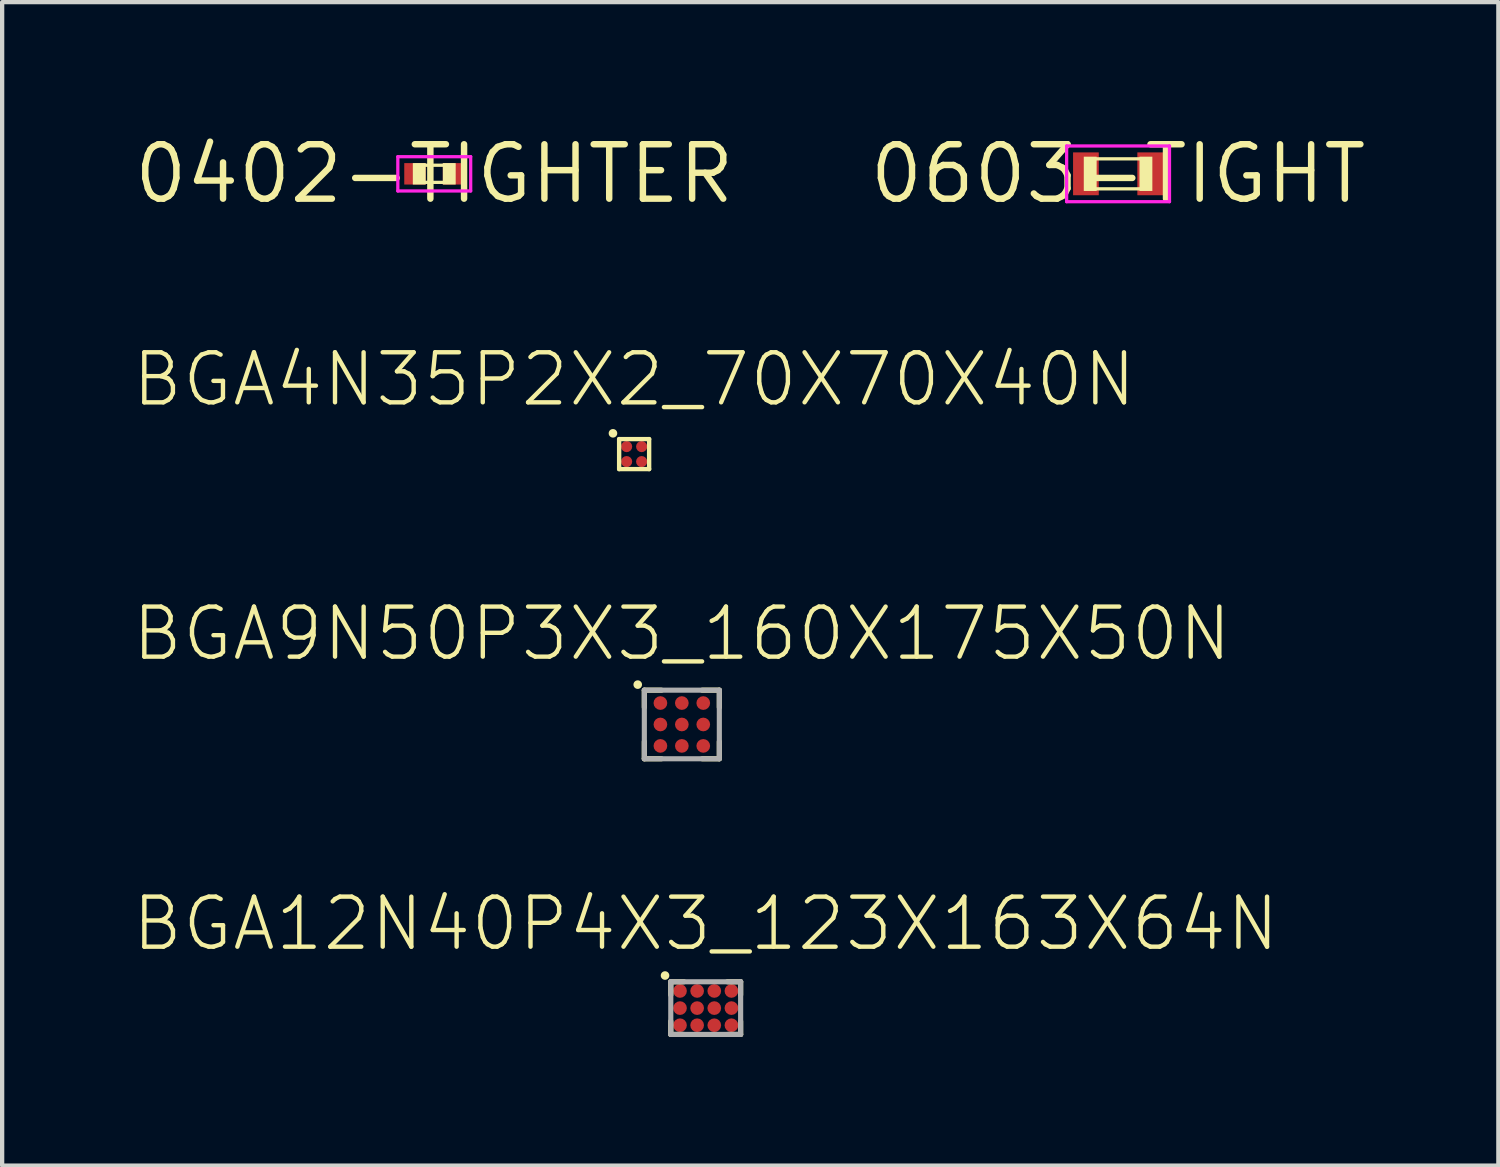
<source format=kicad_pcb>
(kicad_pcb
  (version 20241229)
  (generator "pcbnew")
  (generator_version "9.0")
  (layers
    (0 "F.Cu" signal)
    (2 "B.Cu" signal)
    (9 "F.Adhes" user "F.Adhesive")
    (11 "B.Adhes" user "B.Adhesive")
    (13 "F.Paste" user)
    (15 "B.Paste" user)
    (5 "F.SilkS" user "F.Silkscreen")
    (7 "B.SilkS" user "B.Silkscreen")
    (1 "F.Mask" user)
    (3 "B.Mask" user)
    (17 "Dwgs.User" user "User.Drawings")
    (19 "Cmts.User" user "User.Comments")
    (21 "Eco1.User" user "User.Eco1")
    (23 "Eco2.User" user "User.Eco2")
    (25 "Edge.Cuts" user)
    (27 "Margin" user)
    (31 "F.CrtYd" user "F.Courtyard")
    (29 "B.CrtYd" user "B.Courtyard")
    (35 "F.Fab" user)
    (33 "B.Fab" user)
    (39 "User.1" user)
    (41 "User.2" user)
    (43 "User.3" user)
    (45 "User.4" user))
  (footprint "BGA9N50P3X3_160X175X50N"
    (layer "F.Cu")
    (at 12.86 13.855)
    (property "Reference" "BGA9N50P3X3_160X175X50N" (at 0 -1.435 0) (layer "F.SilkS") (effects (font (size 1.168 1.168) (thickness 0.102)) (justify bottom)))
    (fp_circle (center -0.5 -0.5) (end -0.438 -0.5) (stroke (width 0.125) (type solid)) (fill yes) (layer "F.Mask"))
    (fp_circle (center -0.5 0) (end -0.438 0) (stroke (width 0.125) (type solid)) (fill yes) (layer "F.Mask"))
    (fp_circle (center -0.5 0.5) (end -0.438 0.5) (stroke (width 0.125) (type solid)) (fill yes) (layer "F.Mask"))
    (fp_circle (center 0 -0.5) (end 0.062 -0.5) (stroke (width 0.125) (type solid)) (fill yes) (layer "F.Mask"))
    (fp_circle (center 0 0) (end 0.062 0) (stroke (width 0.125) (type solid)) (fill yes) (layer "F.Mask"))
    (fp_circle (center 0 0.5) (end 0.062 0.5) (stroke (width 0.125) (type solid)) (fill yes) (layer "F.Mask"))
    (fp_circle (center 0.5 -0.5) (end 0.562 -0.5) (stroke (width 0.125) (type solid)) (fill yes) (layer "F.Mask"))
    (fp_circle (center 0.5 0) (end 0.562 0) (stroke (width 0.125) (type solid)) (fill yes) (layer "F.Mask"))
    (fp_circle (center 0.5 0.5) (end 0.562 0.5) (stroke (width 0.125) (type solid)) (fill yes) (layer "F.Mask"))
    (fp_line (start -0.875 -0.8) (end -0.475 -0.8) (stroke (width 0.12) (type solid)) (layer "F.SilkS"))
    (fp_line (start -0.875 -0.4) (end -0.875 -0.8) (stroke (width 0.12) (type solid)) (layer "F.SilkS"))
    (fp_line (start -0.875 0.4) (end -0.875 0.8) (stroke (width 0.12) (type solid)) (layer "F.SilkS"))
    (fp_line (start -0.875 0.8) (end -0.475 0.8) (stroke (width 0.12) (type solid)) (layer "F.SilkS"))
    (fp_line (start 0.875 -0.8) (end 0.475 -0.8) (stroke (width 0.12) (type solid)) (layer "F.SilkS"))
    (fp_line (start 0.875 -0.4) (end 0.875 -0.8) (stroke (width 0.12) (type solid)) (layer "F.SilkS"))
    (fp_line (start 0.875 0.4) (end 0.875 0.8) (stroke (width 0.12) (type solid)) (layer "F.SilkS"))
    (fp_line (start 0.875 0.8) (end 0.475 0.8) (stroke (width 0.12) (type solid)) (layer "F.SilkS"))
    (fp_circle (center -1.029 -0.93) (end -0.979 -0.93) (stroke (width 0.1) (type solid)) (fill yes) (layer "F.SilkS"))
    (fp_poly (pts (xy -0.375 -0.575) (xy -0.375 -0.425) (xy -0.425 -0.375) (xy -0.575 -0.375) (xy -0.625 -0.425) (xy -0.625 -0.575) (xy -0.575 -0.625) (xy -0.425 -0.625)) (stroke (width 0) (type solid)) (fill yes) (layer "F.Paste"))
    (fp_poly (pts (xy -0.375 -0.075) (xy -0.375 0.075) (xy -0.425 0.125) (xy -0.575 0.125) (xy -0.625 0.075) (xy -0.625 -0.075) (xy -0.575 -0.125) (xy -0.425 -0.125)) (stroke (width 0) (type solid)) (fill yes) (layer "F.Paste"))
    (fp_poly (pts (xy -0.375 0.425) (xy -0.375 0.575) (xy -0.425 0.625) (xy -0.575 0.625) (xy -0.625 0.575) (xy -0.625 0.425) (xy -0.575 0.375) (xy -0.425 0.375)) (stroke (width 0) (type solid)) (fill yes) (layer "F.Paste"))
    (fp_poly (pts (xy 0.125 -0.575) (xy 0.125 -0.425) (xy 0.075 -0.375) (xy -0.075 -0.375) (xy -0.125 -0.425) (xy -0.125 -0.575) (xy -0.075 -0.625) (xy 0.075 -0.625)) (stroke (width 0) (type solid)) (fill yes) (layer "F.Paste"))
    (fp_poly (pts (xy 0.125 -0.075) (xy 0.125 0.075) (xy 0.075 0.125) (xy -0.075 0.125) (xy -0.125 0.075) (xy -0.125 -0.075) (xy -0.075 -0.125) (xy 0.075 -0.125)) (stroke (width 0) (type solid)) (fill yes) (layer "F.Paste"))
    (fp_poly (pts (xy 0.125 0.425) (xy 0.125 0.575) (xy 0.075 0.625) (xy -0.075 0.625) (xy -0.125 0.575) (xy -0.125 0.425) (xy -0.075 0.375) (xy 0.075 0.375)) (stroke (width 0) (type solid)) (fill yes) (layer "F.Paste"))
    (fp_poly (pts (xy 0.625 -0.575) (xy 0.625 -0.425) (xy 0.575 -0.375) (xy 0.425 -0.375) (xy 0.375 -0.425) (xy 0.375 -0.575) (xy 0.425 -0.625) (xy 0.575 -0.625)) (stroke (width 0) (type solid)) (fill yes) (layer "F.Paste"))
    (fp_poly (pts (xy 0.625 -0.08) (xy 0.625 0.07) (xy 0.575 0.12) (xy 0.425 0.12) (xy 0.375 0.07) (xy 0.375 -0.08) (xy 0.425 -0.13) (xy 0.575 -0.13)) (stroke (width 0) (type solid)) (fill yes) (layer "F.Paste"))
    (fp_poly (pts (xy 0.625 0.425) (xy 0.625 0.575) (xy 0.575 0.625) (xy 0.425 0.625) (xy 0.375 0.575) (xy 0.375 0.425) (xy 0.425 0.375) (xy 0.575 0.375)) (stroke (width 0) (type solid)) (fill yes) (layer "F.Paste"))
    (fp_line (start -0.875 -0.8) (end 0.875 -0.8) (stroke (width 0.12) (type solid)) (layer "F.Fab"))
    (fp_line (start -0.875 0.8) (end -0.875 -0.8) (stroke (width 0.12) (type solid)) (layer "F.Fab"))
    (fp_line (start 0.875 -0.8) (end 0.875 0.8) (stroke (width 0.12) (type solid)) (layer "F.Fab"))
    (fp_line (start 0.875 0.8) (end -0.875 0.8) (stroke (width 0.12) (type solid)) (layer "F.Fab"))
    (pad "A1" smd roundrect (at -0.5 -0.5) (size 0.32 0.32) (layers "F.Cu") (roundrect_rratio 0.5))
    (pad "A2" smd roundrect (at 0 -0.5) (size 0.32 0.32) (layers "F.Cu") (roundrect_rratio 0.5))
    (pad "A3" smd roundrect (at 0.5 -0.5) (size 0.32 0.32) (layers "F.Cu") (roundrect_rratio 0.5))
    (pad "B1" smd roundrect (at -0.5 0) (size 0.32 0.32) (layers "F.Cu") (roundrect_rratio 0.5))
    (pad "B2" smd roundrect (at 0 0) (size 0.32 0.32) (layers "F.Cu") (roundrect_rratio 0.5))
    (pad "B3" smd roundrect (at 0.5 0) (size 0.32 0.32) (layers "F.Cu") (roundrect_rratio 0.5))
    (pad "C1" smd roundrect (at -0.5 0.5) (size 0.32 0.32) (layers "F.Cu") (roundrect_rratio 0.5))
    (pad "C2" smd roundrect (at 0 0.5) (size 0.32 0.32) (layers "F.Cu") (roundrect_rratio 0.5))
    (pad "C3" smd roundrect (at 0.5 0.5) (size 0.32 0.32) (layers "F.Cu") (roundrect_rratio 0.5)))
  (footprint "BGA12N40P4X3_123X163X64N"
    (layer "F.Cu")
    (at 13.417 20.473)
    (property "Reference" "BGA12N40P4X3_123X163X64N" (at 0 -1.285 0) (layer "F.SilkS") (effects (font (size 1.168 1.168) (thickness 0.102)) (justify bottom)))
    (fp_circle (center -0.6 -0.4) (end -0.537 -0.4) (stroke (width 0.125) (type solid)) (fill yes) (layer "F.Mask"))
    (fp_circle (center -0.6 0) (end -0.537 0) (stroke (width 0.125) (type solid)) (fill yes) (layer "F.Mask"))
    (fp_circle (center -0.6 0.4) (end -0.537 0.4) (stroke (width 0.125) (type solid)) (fill yes) (layer "F.Mask"))
    (fp_circle (center -0.2 -0.4) (end -0.138 -0.4) (stroke (width 0.125) (type solid)) (fill yes) (layer "F.Mask"))
    (fp_circle (center -0.2 0) (end -0.138 0) (stroke (width 0.125) (type solid)) (fill yes) (layer "F.Mask"))
    (fp_circle (center -0.2 0.4) (end -0.138 0.4) (stroke (width 0.125) (type solid)) (fill yes) (layer "F.Mask"))
    (fp_circle (center 0.2 -0.4) (end 0.263 -0.4) (stroke (width 0.125) (type solid)) (fill yes) (layer "F.Mask"))
    (fp_circle (center 0.2 0) (end 0.263 0) (stroke (width 0.125) (type solid)) (fill yes) (layer "F.Mask"))
    (fp_circle (center 0.2 0.4) (end 0.263 0.4) (stroke (width 0.125) (type solid)) (fill yes) (layer "F.Mask"))
    (fp_circle (center 0.6 -0.4) (end 0.662 -0.4) (stroke (width 0.125) (type solid)) (fill yes) (layer "F.Mask"))
    (fp_circle (center 0.6 0) (end 0.662 0) (stroke (width 0.125) (type solid)) (fill yes) (layer "F.Mask"))
    (fp_circle (center 0.6 0.4) (end 0.662 0.4) (stroke (width 0.125) (type solid)) (fill yes) (layer "F.Mask"))
    (fp_line (start -0.815 -0.615) (end -0.507 -0.615) (stroke (width 0.12) (type solid)) (layer "F.SilkS"))
    (fp_line (start -0.815 -0.307) (end -0.815 -0.615) (stroke (width 0.12) (type solid)) (layer "F.SilkS"))
    (fp_line (start -0.815 0.307) (end -0.815 0.615) (stroke (width 0.12) (type solid)) (layer "F.SilkS"))
    (fp_line (start -0.815 0.615) (end -0.507 0.615) (stroke (width 0.12) (type solid)) (layer "F.SilkS"))
    (fp_line (start 0.815 -0.615) (end 0.507 -0.615) (stroke (width 0.12) (type solid)) (layer "F.SilkS"))
    (fp_line (start 0.815 -0.307) (end 0.815 -0.615) (stroke (width 0.12) (type solid)) (layer "F.SilkS"))
    (fp_line (start 0.815 0.307) (end 0.815 0.615) (stroke (width 0.12) (type solid)) (layer "F.SilkS"))
    (fp_line (start 0.815 0.615) (end 0.507 0.615) (stroke (width 0.12) (type solid)) (layer "F.SilkS"))
    (fp_circle (center -0.949 -0.76) (end -0.899 -0.76) (stroke (width 0.1) (type solid)) (fill yes) (layer "F.SilkS"))
    (fp_poly (pts (xy -0.47 -0.48) (xy -0.47 -0.32) (xy -0.52 -0.27) (xy -0.68 -0.27) (xy -0.73 -0.32) (xy -0.73 -0.48) (xy -0.68 -0.53) (xy -0.52 -0.53)) (stroke (width 0) (type solid)) (fill yes) (layer "F.Paste"))
    (fp_poly (pts (xy -0.47 -0.08) (xy -0.47 0.08) (xy -0.52 0.13) (xy -0.68 0.13) (xy -0.73 0.08) (xy -0.73 -0.08) (xy -0.68 -0.13) (xy -0.52 -0.13)) (stroke (width 0) (type solid)) (fill yes) (layer "F.Paste"))
    (fp_poly (pts (xy -0.47 0.32) (xy -0.47 0.48) (xy -0.52 0.53) (xy -0.68 0.53) (xy -0.73 0.48) (xy -0.73 0.32) (xy -0.68 0.27) (xy -0.52 0.27)) (stroke (width 0) (type solid)) (fill yes) (layer "F.Paste"))
    (fp_poly (pts (xy -0.07 -0.48) (xy -0.07 -0.32) (xy -0.12 -0.27) (xy -0.28 -0.27) (xy -0.33 -0.32) (xy -0.33 -0.48) (xy -0.28 -0.53) (xy -0.12 -0.53)) (stroke (width 0) (type solid)) (fill yes) (layer "F.Paste"))
    (fp_poly (pts (xy -0.07 -0.08) (xy -0.07 0.08) (xy -0.12 0.13) (xy -0.28 0.13) (xy -0.33 0.08) (xy -0.33 -0.08) (xy -0.28 -0.13) (xy -0.12 -0.13)) (stroke (width 0) (type solid)) (fill yes) (layer "F.Paste"))
    (fp_poly (pts (xy -0.07 0.32) (xy -0.07 0.48) (xy -0.12 0.53) (xy -0.28 0.53) (xy -0.33 0.48) (xy -0.33 0.32) (xy -0.28 0.27) (xy -0.12 0.27)) (stroke (width 0) (type solid)) (fill yes) (layer "F.Paste"))
    (fp_poly (pts (xy 0.33 -0.48) (xy 0.33 -0.32) (xy 0.28 -0.27) (xy 0.12 -0.27) (xy 0.07 -0.32) (xy 0.07 -0.48) (xy 0.12 -0.53) (xy 0.28 -0.53)) (stroke (width 0) (type solid)) (fill yes) (layer "F.Paste"))
    (fp_poly (pts (xy 0.33 -0.08) (xy 0.33 0.08) (xy 0.28 0.13) (xy 0.12 0.13) (xy 0.07 0.08) (xy 0.07 -0.08) (xy 0.12 -0.13) (xy 0.28 -0.13)) (stroke (width 0) (type solid)) (fill yes) (layer "F.Paste"))
    (fp_poly (pts (xy 0.33 0.32) (xy 0.33 0.48) (xy 0.28 0.53) (xy 0.12 0.53) (xy 0.07 0.48) (xy 0.07 0.32) (xy 0.12 0.27) (xy 0.28 0.27)) (stroke (width 0) (type solid)) (fill yes) (layer "F.Paste"))
    (fp_poly (pts (xy 0.73 -0.48) (xy 0.73 -0.32) (xy 0.68 -0.27) (xy 0.52 -0.27) (xy 0.47 -0.32) (xy 0.47 -0.48) (xy 0.52 -0.53) (xy 0.68 -0.53)) (stroke (width 0) (type solid)) (fill yes) (layer "F.Paste"))
    (fp_poly (pts (xy 0.73 -0.08) (xy 0.73 0.08) (xy 0.68 0.13) (xy 0.52 0.13) (xy 0.47 0.08) (xy 0.47 -0.08) (xy 0.52 -0.13) (xy 0.68 -0.13)) (stroke (width 0) (type solid)) (fill yes) (layer "F.Paste"))
    (fp_poly (pts (xy 0.73 0.32) (xy 0.73 0.48) (xy 0.68 0.53) (xy 0.52 0.53) (xy 0.47 0.48) (xy 0.47 0.32) (xy 0.52 0.27) (xy 0.68 0.27)) (stroke (width 0) (type solid)) (fill yes) (layer "F.Paste"))
    (fp_line (start -0.815 -0.615) (end 0.815 -0.615) (stroke (width 0.12) (type solid)) (layer "F.Fab"))
    (fp_line (start -0.815 0.615) (end -0.815 -0.615) (stroke (width 0.12) (type solid)) (layer "F.Fab"))
    (fp_line (start 0.815 -0.615) (end 0.815 0.615) (stroke (width 0.12) (type solid)) (layer "F.Fab"))
    (fp_line (start 0.815 0.615) (end -0.815 0.615) (stroke (width 0.12) (type solid)) (layer "F.Fab"))
    (pad "A1" smd roundrect (at -0.6 -0.4) (size 0.32 0.32) (layers "F.Cu") (roundrect_rratio 0.5))
    (pad "A2" smd roundrect (at -0.2 -0.4) (size 0.32 0.32) (layers "F.Cu") (roundrect_rratio 0.5))
    (pad "A3" smd roundrect (at 0.2 -0.4) (size 0.32 0.32) (layers "F.Cu") (roundrect_rratio 0.5))
    (pad "A4" smd roundrect (at 0.6 -0.4) (size 0.32 0.32) (layers "F.Cu") (roundrect_rratio 0.5))
    (pad "B1" smd roundrect (at -0.6 0) (size 0.32 0.32) (layers "F.Cu") (roundrect_rratio 0.5))
    (pad "B2" smd roundrect (at -0.2 0) (size 0.32 0.32) (layers "F.Cu") (roundrect_rratio 0.5))
    (pad "B3" smd roundrect (at 0.2 0) (size 0.32 0.32) (layers "F.Cu") (roundrect_rratio 0.5))
    (pad "B4" smd roundrect (at 0.6 0) (size 0.32 0.32) (layers "F.Cu") (roundrect_rratio 0.5))
    (pad "C1" smd roundrect (at -0.6 0.4) (size 0.32 0.32) (layers "F.Cu") (roundrect_rratio 0.5))
    (pad "C2" smd roundrect (at -0.2 0.4) (size 0.32 0.32) (layers "F.Cu") (roundrect_rratio 0.5))
    (pad "C3" smd roundrect (at 0.2 0.4) (size 0.32 0.32) (layers "F.Cu") (roundrect_rratio 0.5))
    (pad "C4" smd roundrect (at 0.6 0.4) (size 0.32 0.32) (layers "F.Cu") (roundrect_rratio 0.5)))
  (footprint "0402-TIGHTER"
    (layer "F.Cu")
    (at 7.083 1.006)
    (property "Reference" "0402-TIGHTER" (at 0 0 0) (layer "F.SilkS") (effects (font (size 1.27 1.27) (thickness 0.15))))
    (fp_line (start -0.45 -0.2) (end 0.45 -0.2) (stroke (width 0.076) (type solid)) (layer "F.SilkS"))
    (fp_line (start 0.45 0.2) (end -0.45 0.2) (stroke (width 0.076) (type solid)) (layer "F.SilkS"))
    (fp_poly (pts (xy -0.5 0.25) (xy -0.2 0.25) (xy -0.2 -0.25) (xy -0.5 -0.25)) (stroke (width 0) (type solid)) (fill yes) (layer "F.SilkS"))
    (fp_poly (pts (xy 0.2 0.25) (xy 0.5 0.25) (xy 0.5 -0.25) (xy 0.2 -0.25)) (stroke (width 0) (type solid)) (fill yes) (layer "F.SilkS"))
    (fp_line (start -0.85 -0.4) (end 0.85 -0.4) (stroke (width 0.076) (type solid)) (layer "F.CrtYd"))
    (fp_line (start -0.85 0.4) (end -0.85 -0.4) (stroke (width 0.076) (type solid)) (layer "F.CrtYd"))
    (fp_line (start 0.85 -0.4) (end 0.85 0.4) (stroke (width 0.076) (type solid)) (layer "F.CrtYd"))
    (fp_line (start 0.85 0.4) (end -0.85 0.4) (stroke (width 0.076) (type solid)) (layer "F.CrtYd"))
    (pad "P$1" smd rect (at -0.45 0) (size 0.5 0.5) (layers "F.Cu" "F.Mask" "F.Paste"))
    (pad "P$2" smd rect (at 0.45 0) (size 0.5 0.5) (layers "F.Cu" "F.Mask" "F.Paste")))
  (footprint "BGA4N35P2X2_70X70X40N"
    (layer "F.Cu")
    (at 11.747 7.546)
    (property "Reference" "BGA4N35P2X2_70X70X40N" (at 0 -1.06 0) (layer "F.SilkS") (effects (font (size 1.168 1.168) (thickness 0.102)) (justify bottom)))
    (fp_circle (center -0.175 -0.175) (end -0.125 -0.175) (stroke (width 0.1) (type solid)) (fill yes) (layer "F.Mask"))
    (fp_circle (center -0.175 0.175) (end -0.125 0.175) (stroke (width 0.1) (type solid)) (fill yes) (layer "F.Mask"))
    (fp_circle (center 0.175 -0.175) (end 0.225 -0.175) (stroke (width 0.1) (type solid)) (fill yes) (layer "F.Mask"))
    (fp_circle (center 0.175 0.175) (end 0.225 0.175) (stroke (width 0.1) (type solid)) (fill yes) (layer "F.Mask"))
    (fp_line (start -0.35 -0.35) (end 0.35 -0.35) (stroke (width 0.102) (type solid)) (layer "F.SilkS"))
    (fp_line (start -0.35 0.35) (end -0.35 -0.35) (stroke (width 0.102) (type solid)) (layer "F.SilkS"))
    (fp_line (start 0.35 -0.35) (end 0.35 0.35) (stroke (width 0.102) (type solid)) (layer "F.SilkS"))
    (fp_line (start 0.35 0.35) (end -0.35 0.35) (stroke (width 0.102) (type solid)) (layer "F.SilkS"))
    (fp_circle (center -0.494 -0.485) (end -0.444 -0.485) (stroke (width 0.1) (type solid)) (fill yes) (layer "F.SilkS"))
    (fp_poly (pts (xy -0.07 -0.23) (xy -0.07 -0.12) (xy -0.12 -0.07) (xy -0.23 -0.07) (xy -0.28 -0.12) (xy -0.28 -0.23) (xy -0.23 -0.28) (xy -0.12 -0.28)) (stroke (width 0) (type solid)) (fill yes) (layer "F.Paste"))
    (fp_poly (pts (xy -0.07 0.12) (xy -0.07 0.23) (xy -0.12 0.28) (xy -0.23 0.28) (xy -0.28 0.23) (xy -0.28 0.12) (xy -0.23 0.07) (xy -0.12 0.07)) (stroke (width 0) (type solid)) (fill yes) (layer "F.Paste"))
    (fp_poly (pts (xy 0.28 -0.23) (xy 0.28 -0.12) (xy 0.23 -0.07) (xy 0.12 -0.07) (xy 0.07 -0.12) (xy 0.07 -0.23) (xy 0.12 -0.28) (xy 0.23 -0.28)) (stroke (width 0) (type solid)) (fill yes) (layer "F.Paste"))
    (fp_poly (pts (xy 0.28 0.12) (xy 0.28 0.23) (xy 0.23 0.28) (xy 0.12 0.28) (xy 0.07 0.23) (xy 0.07 0.12) (xy 0.12 0.07) (xy 0.23 0.07)) (stroke (width 0) (type solid)) (fill yes) (layer "F.Paste"))
    (pad "A1" smd roundrect (at -0.175 -0.175) (size 0.26 0.26) (layers "F.Cu") (roundrect_rratio 0.5))
    (pad "A2" smd roundrect (at 0.175 -0.175) (size 0.26 0.26) (layers "F.Cu") (roundrect_rratio 0.5))
    (pad "B1" smd roundrect (at -0.175 0.175) (size 0.26 0.26) (layers "F.Cu") (roundrect_rratio 0.5))
    (pad "B2" smd roundrect (at 0.175 0.175) (size 0.26 0.26) (layers "F.Cu") (roundrect_rratio 0.5)))
  (footprint "0603-TIGHT"
    (layer "F.Cu")
    (at 23.039 1.006)
    (property "Reference" "0603-TIGHT" (at 0 0 0) (layer "F.SilkS") (effects (font (size 1.27 1.27) (thickness 0.15))))
    (fp_line (start -0.75 -0.35) (end 0.75 -0.35) (stroke (width 0.076) (type solid)) (layer "F.SilkS"))
    (fp_line (start 0.75 0.35) (end -0.75 0.35) (stroke (width 0.076) (type solid)) (layer "F.SilkS"))
    (fp_poly (pts (xy -0.8 0.4) (xy -0.5 0.4) (xy -0.5 -0.4) (xy -0.8 -0.4)) (stroke (width 0) (type solid)) (fill yes) (layer "F.SilkS"))
    (fp_poly (pts (xy 0.5 0.4) (xy 0.8 0.4) (xy 0.8 -0.4) (xy 0.5 -0.4)) (stroke (width 0) (type solid)) (fill yes) (layer "F.SilkS"))
    (fp_line (start -1.2 -0.65) (end -1.2 0.65) (stroke (width 0.076) (type solid)) (layer "F.CrtYd"))
    (fp_line (start -1.2 0.65) (end 1.2 0.65) (stroke (width 0.076) (type solid)) (layer "F.CrtYd"))
    (fp_line (start 1.2 -0.65) (end -1.2 -0.65) (stroke (width 0.076) (type solid)) (layer "F.CrtYd"))
    (fp_line (start 1.2 0.65) (end 1.2 -0.65) (stroke (width 0.076) (type solid)) (layer "F.CrtYd"))
    (pad "P$1" smd rect (at -0.75 0 180) (size 0.6 1) (layers "F.Cu" "F.Mask" "F.Paste"))
    (pad "P$2" smd rect (at 0.75 0 180) (size 0.6 1) (layers "F.Cu" "F.Mask" "F.Paste")))
  (gr_rect
    (start -3 -3)
    (end 31.913 24.148)
    (stroke (width 0.1) (type default))
    (fill no)
    (layer "Edge.Cuts")))
</source>
